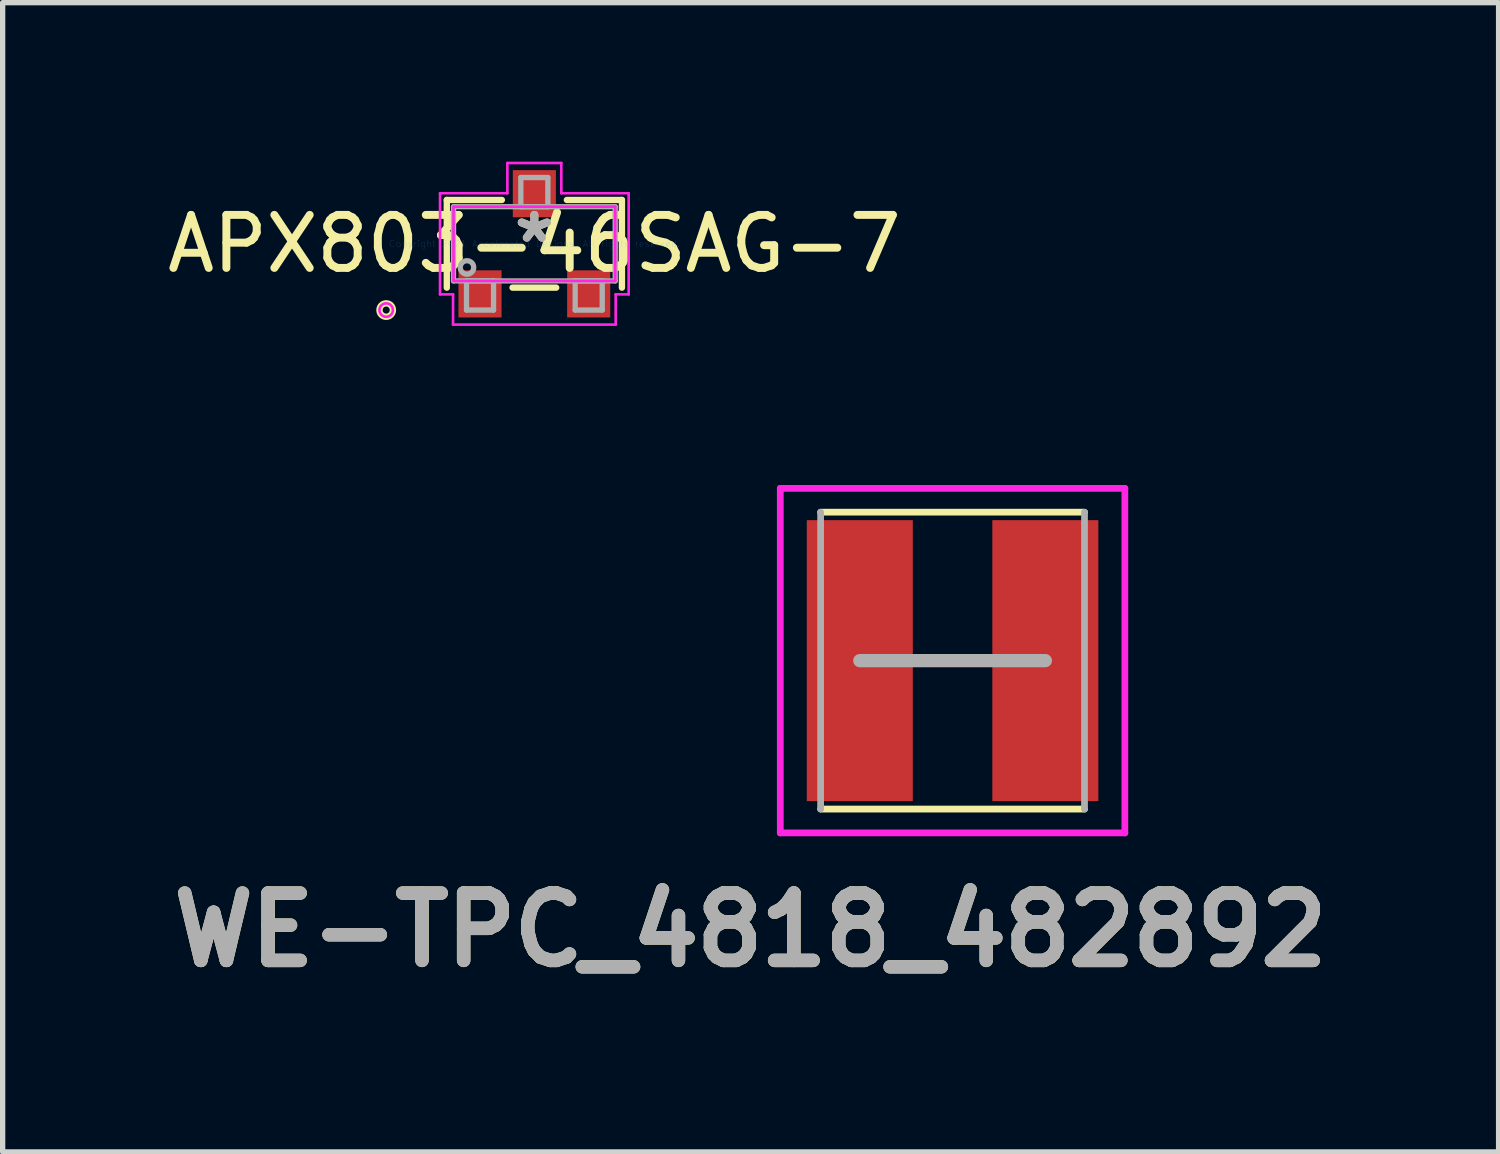
<source format=kicad_pcb>
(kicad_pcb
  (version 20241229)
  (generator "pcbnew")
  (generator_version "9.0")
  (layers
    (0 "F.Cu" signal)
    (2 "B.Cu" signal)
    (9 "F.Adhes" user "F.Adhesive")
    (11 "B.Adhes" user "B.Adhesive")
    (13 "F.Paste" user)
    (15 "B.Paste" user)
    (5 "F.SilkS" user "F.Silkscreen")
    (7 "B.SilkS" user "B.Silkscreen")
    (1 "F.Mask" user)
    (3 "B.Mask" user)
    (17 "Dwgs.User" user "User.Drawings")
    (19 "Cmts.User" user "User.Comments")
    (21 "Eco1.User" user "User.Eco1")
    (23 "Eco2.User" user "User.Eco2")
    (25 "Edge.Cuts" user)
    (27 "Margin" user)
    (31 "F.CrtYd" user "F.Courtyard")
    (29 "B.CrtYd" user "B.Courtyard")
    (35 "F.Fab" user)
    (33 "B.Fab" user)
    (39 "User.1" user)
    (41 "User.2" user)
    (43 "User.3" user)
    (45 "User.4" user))
  (footprint "APX803-46SAG-7"
    (layer "F.Cu")
    (at 7.03 1.549)
    (property "Reference" "APX803-46SAG-7" (at 0 0 0) (layer "F.SilkS") (effects (font (size 1 1) (thickness 0.15))))
    (attr through_hole)
    (fp_line (start -1.652 -0.827) (end -1.652 0.827) (stroke (width 0.12) (type solid)) (layer "F.SilkS"))
    (fp_line (start -0.613 -0.827) (end -1.652 -0.827) (stroke (width 0.12) (type solid)) (layer "F.SilkS"))
    (fp_line (start -0.412 0.827) (end 0.412 0.827) (stroke (width 0.12) (type solid)) (layer "F.SilkS"))
    (fp_line (start 1.652 -0.827) (end 0.613 -0.827) (stroke (width 0.12) (type solid)) (layer "F.SilkS"))
    (fp_line (start 1.652 0.827) (end 1.652 -0.827) (stroke (width 0.12) (type solid)) (layer "F.SilkS"))
    (fp_circle (center -2.795 1.25) (end -2.668 1.25) (stroke (width 0.12) (type solid)) (fill no) (layer "F.SilkS"))
    (fp_line (start -1.779 -0.954) (end -0.509 -0.954) (stroke (width 0.05) (type solid)) (layer "F.CrtYd"))
    (fp_line (start -1.779 0.954) (end -1.779 -0.954) (stroke (width 0.05) (type solid)) (layer "F.CrtYd"))
    (fp_line (start -1.534 0.954) (end -1.779 0.954) (stroke (width 0.05) (type solid)) (layer "F.CrtYd"))
    (fp_line (start -1.534 1.524) (end -1.534 0.954) (stroke (width 0.05) (type solid)) (layer "F.CrtYd"))
    (fp_line (start -1.525 -0.7) (end 1.525 -0.7) (stroke (width 0.05) (type solid)) (layer "F.CrtYd"))
    (fp_line (start -1.525 0.7) (end -1.525 -0.7) (stroke (width 0.05) (type solid)) (layer "F.CrtYd"))
    (fp_line (start -0.509 -1.524) (end 0.508 -1.524) (stroke (width 0.05) (type solid)) (layer "F.CrtYd"))
    (fp_line (start -0.509 -0.954) (end -0.509 -1.524) (stroke (width 0.05) (type solid)) (layer "F.CrtYd"))
    (fp_line (start 0.508 -1.524) (end 0.509 -0.954) (stroke (width 0.05) (type solid)) (layer "F.CrtYd"))
    (fp_line (start 0.509 -0.954) (end 1.779 -0.954) (stroke (width 0.05) (type solid)) (layer "F.CrtYd"))
    (fp_line (start 1.525 -0.7) (end 1.525 0.7) (stroke (width 0.05) (type solid)) (layer "F.CrtYd"))
    (fp_line (start 1.525 0.7) (end -1.525 0.7) (stroke (width 0.05) (type solid)) (layer "F.CrtYd"))
    (fp_line (start 1.534 0.954) (end 1.534 1.524) (stroke (width 0.05) (type solid)) (layer "F.CrtYd"))
    (fp_line (start 1.534 1.524) (end -1.534 1.524) (stroke (width 0.05) (type solid)) (layer "F.CrtYd"))
    (fp_line (start 1.779 -0.954) (end 1.779 0.954) (stroke (width 0.05) (type solid)) (layer "F.CrtYd"))
    (fp_line (start 1.779 0.954) (end 1.534 0.954) (stroke (width 0.05) (type solid)) (layer "F.CrtYd"))
    (fp_circle (center -2.795 1.25) (end -2.668 1.25) (stroke (width 0.05) (type solid)) (fill no) (layer "F.CrtYd"))
    (fp_line (start -1.525 -0.7) (end -1.525 0.7) (stroke (width 0.1) (type solid)) (layer "F.Fab"))
    (fp_line (start -1.525 0.7) (end 1.525 0.7) (stroke (width 0.1) (type solid)) (layer "F.Fab"))
    (fp_line (start -1.28 0.7) (end -1.28 1.25) (stroke (width 0.1) (type solid)) (layer "F.Fab"))
    (fp_line (start -1.28 1.25) (end -0.77 1.25) (stroke (width 0.1) (type solid)) (layer "F.Fab"))
    (fp_line (start -0.77 0.7) (end -1.28 0.7) (stroke (width 0.1) (type solid)) (layer "F.Fab"))
    (fp_line (start -0.77 1.25) (end -0.77 0.7) (stroke (width 0.1) (type solid)) (layer "F.Fab"))
    (fp_line (start -0.255 -1.25) (end -0.255 -0.7) (stroke (width 0.1) (type solid)) (layer "F.Fab"))
    (fp_line (start -0.255 -0.7) (end 0.255 -0.7) (stroke (width 0.1) (type solid)) (layer "F.Fab"))
    (fp_line (start 0.255 -1.25) (end -0.255 -1.25) (stroke (width 0.1) (type solid)) (layer "F.Fab"))
    (fp_line (start 0.255 -0.7) (end 0.255 -1.25) (stroke (width 0.1) (type solid)) (layer "F.Fab"))
    (fp_line (start 0.77 0.7) (end 0.77 1.25) (stroke (width 0.1) (type solid)) (layer "F.Fab"))
    (fp_line (start 0.77 1.25) (end 1.28 1.25) (stroke (width 0.1) (type solid)) (layer "F.Fab"))
    (fp_line (start 1.28 0.7) (end 0.77 0.7) (stroke (width 0.1) (type solid)) (layer "F.Fab"))
    (fp_line (start 1.28 1.25) (end 1.28 0.7) (stroke (width 0.1) (type solid)) (layer "F.Fab"))
    (fp_line (start 1.525 -0.7) (end -1.525 -0.7) (stroke (width 0.1) (type solid)) (layer "F.Fab"))
    (fp_line (start 1.525 0.7) (end 1.525 -0.7) (stroke (width 0.1) (type solid)) (layer "F.Fab"))
    (fp_circle (center -1.271 0.446) (end -1.144 0.446) (stroke (width 0.1) (type solid)) (fill no) (layer "F.Fab"))
    (fp_text user "*" (at 0 0 0) (layer "F.SilkS") (effects (font (size 1 1) (thickness 0.15))))
    (fp_text user "Copyright 2021 Accelerated Designs. All rights reserved." (at 0 0 0) (layer "Cmts.User") (effects (font (size 0.127 0.127) (thickness 0.002))))
    (fp_text user "*" (at 0 0 0) (layer "F.Fab") (effects (font (size 1 1) (thickness 0.15))))
    (pad "1" smd rect (at -1.025 0.945) (size 0.813 0.889) (layers "F.Cu" "F.Mask" "F.Paste"))
    (pad "2" smd rect (at 1.025 0.945) (size 0.813 0.889) (layers "F.Cu" "F.Mask" "F.Paste"))
    (pad "3" smd rect (at 0 -0.945) (size 0.813 0.889) (layers "F.Cu" "F.Mask" "F.Paste")))
  (footprint "WE-TPC_4818_482892"
    (layer "F.Cu")
    (at 14.919 9.412)
    (property "Reference" "WE-TPC_4818_482892" (at -3.81 5.08 0) (layer "F.SilkS") (effects (font (size 1.27 1.27) (thickness 0.254))))
    (attr smd)
    (fp_line (start -2.489 -2.8) (end 2.489 -2.8) (stroke (width 0.127) (type solid)) (layer "F.SilkS"))
    (fp_line (start 2.489 2.8) (end -2.489 2.8) (stroke (width 0.127) (type solid)) (layer "F.SilkS"))
    (fp_line (start -3.25 -3.25) (end 3.25 -3.25) (stroke (width 0.127) (type solid)) (layer "F.CrtYd"))
    (fp_line (start -3.25 3.25) (end -3.25 -3.25) (stroke (width 0.127) (type solid)) (layer "F.CrtYd"))
    (fp_line (start 3.25 -3.25) (end 3.25 3.25) (stroke (width 0.127) (type solid)) (layer "F.CrtYd"))
    (fp_line (start 3.25 3.25) (end -3.25 3.25) (stroke (width 0.127) (type solid)) (layer "F.CrtYd"))
    (fp_line (start -2.489 2.8) (end -2.489 -2.8) (stroke (width 0.127) (type solid)) (layer "F.Fab"))
    (fp_line (start -1.75 0) (end 1.75 0) (stroke (width 0.25) (type solid)) (layer "F.Fab"))
    (fp_line (start 2.489 -2.8) (end 2.489 2.8) (stroke (width 0.127) (type solid)) (layer "F.Fab"))
    (fp_text user "${REFERENCE}" (at -3.81 5.08 0) (layer "F.Fab") (effects (font (size 1.27 1.27) (thickness 0.254))))
    (pad "1" smd rect (at -1.75 0) (size 2 5.3) (layers "F.Cu" "F.Mask" "F.Paste"))
    (pad "2" smd rect (at 1.75 0) (size 2 5.3) (layers "F.Cu" "F.Mask" "F.Paste")))
  (gr_rect
    (start -3 -3)
    (end 25.219 18.68)
    (stroke (width 0.1) (type default))
    (fill no)
    (layer "Edge.Cuts")))
</source>
